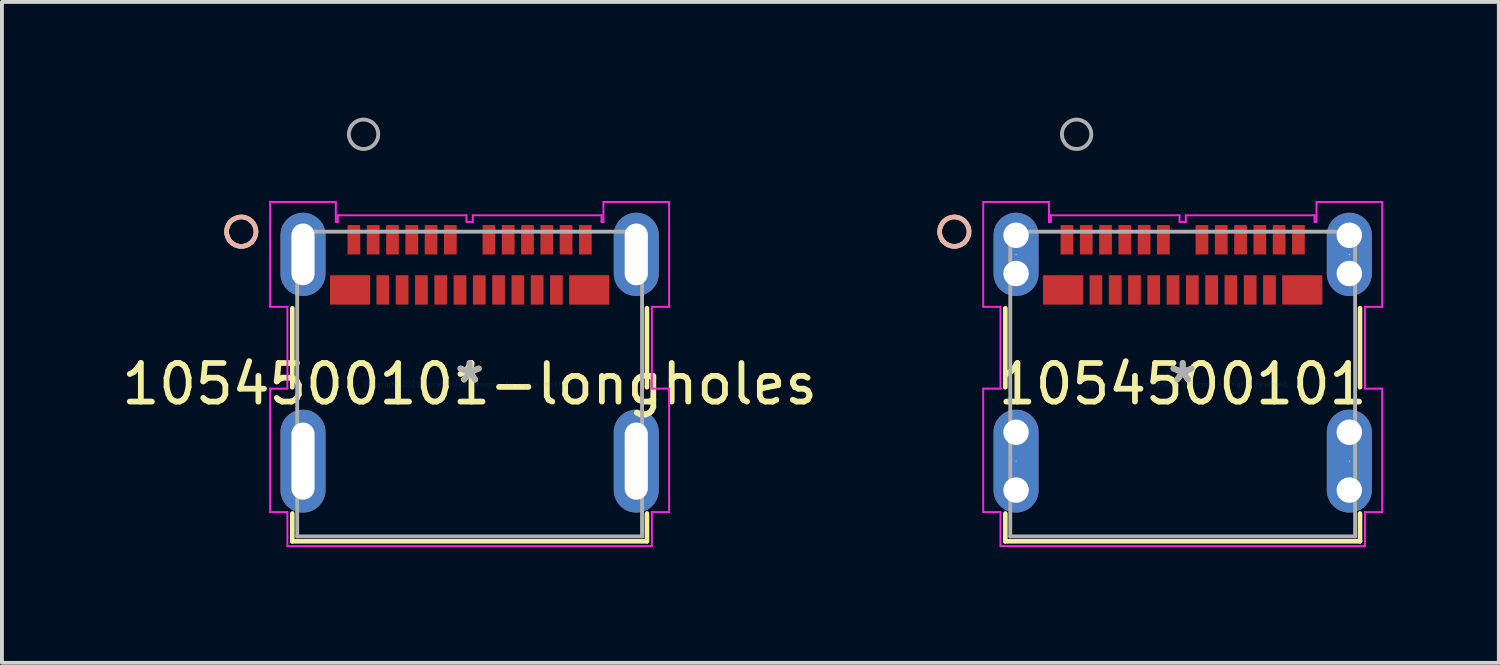
<source format=kicad_pcb>
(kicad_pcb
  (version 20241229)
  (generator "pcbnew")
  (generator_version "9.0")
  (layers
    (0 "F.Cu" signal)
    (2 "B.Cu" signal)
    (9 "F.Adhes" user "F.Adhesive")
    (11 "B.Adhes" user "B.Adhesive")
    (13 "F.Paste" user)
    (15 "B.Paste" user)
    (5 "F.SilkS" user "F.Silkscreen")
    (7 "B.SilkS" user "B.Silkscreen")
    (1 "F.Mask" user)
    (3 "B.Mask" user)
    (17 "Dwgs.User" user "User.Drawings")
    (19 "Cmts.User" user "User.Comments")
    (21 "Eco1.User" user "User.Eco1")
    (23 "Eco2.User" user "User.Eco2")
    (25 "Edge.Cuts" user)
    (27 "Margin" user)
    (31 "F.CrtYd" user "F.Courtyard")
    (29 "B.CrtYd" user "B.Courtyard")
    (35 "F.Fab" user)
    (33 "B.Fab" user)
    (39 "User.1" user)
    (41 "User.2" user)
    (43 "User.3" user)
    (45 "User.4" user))
  (footprint "1054500101"
    (layer "F.Cu")
    (at 27.611 6.906)
    (property "Reference" "1054500101" (at 0 0 0) (layer "F.SilkS") (effects (font (size 1 1) (thickness 0.15))))
    (attr through_hole)
    (fp_line (start -4.597 0.083) (end -4.597 -1.965) (stroke (width 0.12) (type solid)) (layer "F.SilkS"))
    (fp_line (start -4.597 4.077) (end -4.597 3.356) (stroke (width 0.12) (type solid)) (layer "F.SilkS"))
    (fp_line (start 4.597 -1.965) (end 4.597 0.083) (stroke (width 0.12) (type solid)) (layer "F.SilkS"))
    (fp_line (start 4.597 3.356) (end 4.597 4.077) (stroke (width 0.12) (type solid)) (layer "F.SilkS"))
    (fp_line (start 4.597 4.077) (end -4.597 4.077) (stroke (width 0.12) (type solid)) (layer "F.SilkS"))
    (fp_circle (center -5.92 -3.95) (end -5.539 -3.95) (stroke (width 0.12) (type solid)) (fill no) (layer "F.SilkS"))
    (fp_circle (center -5.92 -3.95) (end -5.539 -3.95) (stroke (width 0.12) (type solid)) (fill no) (layer "B.SilkS"))
    (fp_line (start -5.171 -4.72) (end -5.171 -2.002) (stroke (width 0.05) (type solid)) (layer "F.CrtYd"))
    (fp_line (start -5.171 -2.002) (end -4.724 -2.002) (stroke (width 0.05) (type solid)) (layer "F.CrtYd"))
    (fp_line (start -5.171 0.119) (end -5.171 3.32) (stroke (width 0.05) (type solid)) (layer "F.CrtYd"))
    (fp_line (start -5.171 3.32) (end -4.724 3.32) (stroke (width 0.05) (type solid)) (layer "F.CrtYd"))
    (fp_line (start -4.724 -2.002) (end -4.724 0.119) (stroke (width 0.05) (type solid)) (layer "F.CrtYd"))
    (fp_line (start -4.724 0.119) (end -5.171 0.119) (stroke (width 0.05) (type solid)) (layer "F.CrtYd"))
    (fp_line (start -4.724 3.32) (end -4.724 4.204) (stroke (width 0.05) (type solid)) (layer "F.CrtYd"))
    (fp_line (start -4.724 4.204) (end 4.724 4.204) (stroke (width 0.05) (type solid)) (layer "F.CrtYd"))
    (fp_line (start -3.469 -4.72) (end -5.171 -4.72) (stroke (width 0.05) (type solid)) (layer "F.CrtYd"))
    (fp_line (start -3.469 -4.204) (end -3.469 -4.72) (stroke (width 0.05) (type solid)) (layer "F.CrtYd"))
    (fp_line (start -3.419 -4.375) (end -3.419 -4.204) (stroke (width 0.05) (type solid)) (layer "F.CrtYd"))
    (fp_line (start -3.419 -4.204) (end -3.469 -4.204) (stroke (width 0.05) (type solid)) (layer "F.CrtYd"))
    (fp_line (start -0.081 -4.375) (end -3.419 -4.375) (stroke (width 0.05) (type solid)) (layer "F.CrtYd"))
    (fp_line (start -0.081 -4.204) (end -0.081 -4.375) (stroke (width 0.05) (type solid)) (layer "F.CrtYd"))
    (fp_line (start 0.081 -4.375) (end 0.081 -4.204) (stroke (width 0.05) (type solid)) (layer "F.CrtYd"))
    (fp_line (start 0.081 -4.204) (end -0.081 -4.204) (stroke (width 0.05) (type solid)) (layer "F.CrtYd"))
    (fp_line (start 3.419 -4.375) (end 0.081 -4.375) (stroke (width 0.05) (type solid)) (layer "F.CrtYd"))
    (fp_line (start 3.419 -4.204) (end 3.419 -4.375) (stroke (width 0.05) (type solid)) (layer "F.CrtYd"))
    (fp_line (start 3.469 -4.72) (end 3.469 -4.204) (stroke (width 0.05) (type solid)) (layer "F.CrtYd"))
    (fp_line (start 3.469 -4.204) (end 3.419 -4.204) (stroke (width 0.05) (type solid)) (layer "F.CrtYd"))
    (fp_line (start 4.724 -2.002) (end 5.171 -2.002) (stroke (width 0.05) (type solid)) (layer "F.CrtYd"))
    (fp_line (start 4.724 0.119) (end 4.724 -2.002) (stroke (width 0.05) (type solid)) (layer "F.CrtYd"))
    (fp_line (start 4.724 3.32) (end 5.171 3.32) (stroke (width 0.05) (type solid)) (layer "F.CrtYd"))
    (fp_line (start 4.724 4.204) (end 4.724 3.32) (stroke (width 0.05) (type solid)) (layer "F.CrtYd"))
    (fp_line (start 5.171 -4.72) (end 3.469 -4.72) (stroke (width 0.05) (type solid)) (layer "F.CrtYd"))
    (fp_line (start 5.171 -2.002) (end 5.171 -4.72) (stroke (width 0.05) (type solid)) (layer "F.CrtYd"))
    (fp_line (start 5.171 0.119) (end 4.724 0.119) (stroke (width 0.05) (type solid)) (layer "F.CrtYd"))
    (fp_line (start 5.171 3.32) (end 5.171 0.119) (stroke (width 0.05) (type solid)) (layer "F.CrtYd"))
    (fp_line (start -4.47 -3.95) (end -4.47 3.95) (stroke (width 0.1) (type solid)) (layer "F.Fab"))
    (fp_line (start -4.47 3.95) (end 4.47 3.95) (stroke (width 0.1) (type solid)) (layer "F.Fab"))
    (fp_line (start 4.47 -3.95) (end -4.47 -3.95) (stroke (width 0.1) (type solid)) (layer "F.Fab"))
    (fp_line (start 4.47 3.95) (end 4.47 -3.95) (stroke (width 0.1) (type solid)) (layer "F.Fab"))
    (fp_circle (center -2.75 -6.475) (end -2.369 -6.475) (stroke (width 0.1) (type solid)) (fill no) (layer "F.Fab"))
    (fp_text user "*" (at 0 0 0) (layer "F.SilkS") (effects (font (size 1 1) (thickness 0.15))))
    (fp_text user "Copyright 2021 Accelerated Designs. All rights reserved." (at 0 0 0) (layer "Cmts.User") (effects (font (size 0.127 0.127) (thickness 0.002))))
    (fp_text user "*" (at 0 0 0) (layer "F.Fab") (effects (font (size 1 1) (thickness 0.15))))
    (pad "" np_thru_hole circle (at -4.32 -3.856) (size 0.66 0.66) (drill 0.66) (layers "*.Cu" "*.Mask"))
    (pad "" np_thru_hole circle (at -4.32 -2.865) (size 0.66 0.66) (drill 0.66) (layers "*.Cu" "*.Mask"))
    (pad "" np_thru_hole circle (at -4.32 1.25) (size 0.66 0.66) (drill 0.66) (layers "*.Cu" "*.Mask"))
    (pad "" np_thru_hole circle (at -4.32 2.749) (size 0.66 0.66) (drill 0.66) (layers "*.Cu" "*.Mask"))
    (pad "" np_thru_hole circle (at 4.32 -3.856) (size 0.66 0.66) (drill 0.66) (layers "*.Cu" "*.Mask"))
    (pad "" np_thru_hole circle (at 4.32 -2.865) (size 0.66 0.66) (drill 0.66) (layers "*.Cu" "*.Mask"))
    (pad "" np_thru_hole circle (at 4.32 1.25) (size 0.66 0.66) (drill 0.66) (layers "*.Cu" "*.Mask"))
    (pad "" np_thru_hole circle (at 4.32 2.749) (size 0.66 0.66) (drill 0.66) (layers "*.Cu" "*.Mask"))
    (pad "25" thru_hole oval (at -4.32 1.999 90) (size 2.667 1.168) (drill 0.025) (layers "*.Cu" "*.Mask"))
    (pad "26" thru_hole oval (at 4.32 1.999 90) (size 2.667 1.168) (drill 0.025) (layers "*.Cu" "*.Mask"))
    (pad "27" thru_hole oval (at -4.32 -3.361 90) (size 2.159 1.168) (drill 0.025) (layers "*.Cu" "*.Mask"))
    (pad "28" thru_hole oval (at 4.32 -3.361 90) (size 2.159 1.168) (drill 0.025) (layers "*.Cu" "*.Mask"))
    (pad "A1" smd rect (at -3 -3.74) (size 0.33 0.762) (layers "F.Cu" "F.Mask" "F.Paste"))
    (pad "A2" smd rect (at -2.5 -3.74) (size 0.33 0.762) (layers "F.Cu" "F.Mask" "F.Paste"))
    (pad "A3" smd rect (at -2 -3.74) (size 0.33 0.762) (layers "F.Cu" "F.Mask" "F.Paste"))
    (pad "A4" smd rect (at -1.5 -3.74) (size 0.33 0.762) (layers "F.Cu" "F.Mask" "F.Paste"))
    (pad "A5" smd rect (at -1 -3.74) (size 0.33 0.762) (layers "F.Cu" "F.Mask" "F.Paste"))
    (pad "A6" smd rect (at -0.5 -3.74) (size 0.33 0.762) (layers "F.Cu" "F.Mask" "F.Paste"))
    (pad "A7" smd rect (at 0.5 -3.74) (size 0.33 0.762) (layers "F.Cu" "F.Mask" "F.Paste"))
    (pad "A8" smd rect (at 1 -3.74) (size 0.33 0.762) (layers "F.Cu" "F.Mask" "F.Paste"))
    (pad "A9" smd rect (at 1.5 -3.74) (size 0.33 0.762) (layers "F.Cu" "F.Mask" "F.Paste"))
    (pad "A10" smd rect (at 2 -3.74) (size 0.33 0.762) (layers "F.Cu" "F.Mask" "F.Paste"))
    (pad "A11" smd rect (at 2.5 -3.74) (size 0.33 0.762) (layers "F.Cu" "F.Mask" "F.Paste"))
    (pad "A12" smd rect (at 3 -3.74) (size 0.33 0.762) (layers "F.Cu" "F.Mask" "F.Paste"))
    (pad "B1" smd rect (at 3.1 -2.44) (size 1.041 0.762) (layers "F.Cu" "F.Mask" "F.Paste"))
    (pad "B2" smd rect (at 2.25 -2.44) (size 0.33 0.762) (layers "F.Cu" "F.Mask" "F.Paste"))
    (pad "B3" smd rect (at 1.75 -2.44) (size 0.33 0.762) (layers "F.Cu" "F.Mask" "F.Paste"))
    (pad "B4" smd rect (at 1.25 -2.44) (size 0.33 0.762) (layers "F.Cu" "F.Mask" "F.Paste"))
    (pad "B5" smd rect (at 0.75 -2.44) (size 0.33 0.762) (layers "F.Cu" "F.Mask" "F.Paste"))
    (pad "B6" smd rect (at 0.25 -2.44) (size 0.33 0.762) (layers "F.Cu" "F.Mask" "F.Paste"))
    (pad "B7" smd rect (at -0.25 -2.44) (size 0.33 0.762) (layers "F.Cu" "F.Mask" "F.Paste"))
    (pad "B8" smd rect (at -0.75 -2.44) (size 0.33 0.762) (layers "F.Cu" "F.Mask" "F.Paste"))
    (pad "B9" smd rect (at -1.25 -2.44) (size 0.33 0.762) (layers "F.Cu" "F.Mask" "F.Paste"))
    (pad "B10" smd rect (at -1.75 -2.44) (size 0.33 0.762) (layers "F.Cu" "F.Mask" "F.Paste"))
    (pad "B11" smd rect (at -2.25 -2.44) (size 0.33 0.762) (layers "F.Cu" "F.Mask" "F.Paste"))
    (pad "B12" smd rect (at -3.1 -2.44) (size 1.041 0.762) (layers "F.Cu" "F.Mask" "F.Paste")))
  (footprint "1054500101-longholes"
    (layer "F.Cu")
    (at 9.125 6.906)
    (property "Reference" "1054500101-longholes" (at 0 0 0) (layer "F.SilkS") (effects (font (size 1 1) (thickness 0.15))))
    (attr through_hole)
    (fp_line (start -4.597 0.083) (end -4.597 -1.965) (stroke (width 0.12) (type solid)) (layer "F.SilkS"))
    (fp_line (start -4.597 4.077) (end -4.597 3.356) (stroke (width 0.12) (type solid)) (layer "F.SilkS"))
    (fp_line (start 4.597 -1.965) (end 4.597 0.083) (stroke (width 0.12) (type solid)) (layer "F.SilkS"))
    (fp_line (start 4.597 3.356) (end 4.597 4.077) (stroke (width 0.12) (type solid)) (layer "F.SilkS"))
    (fp_line (start 4.597 4.077) (end -4.597 4.077) (stroke (width 0.12) (type solid)) (layer "F.SilkS"))
    (fp_circle (center -5.92 -3.95) (end -5.539 -3.95) (stroke (width 0.12) (type solid)) (fill no) (layer "F.SilkS"))
    (fp_circle (center -5.92 -3.95) (end -5.539 -3.95) (stroke (width 0.12) (type solid)) (fill no) (layer "B.SilkS"))
    (fp_line (start -5.171 -4.72) (end -5.171 -2.002) (stroke (width 0.05) (type solid)) (layer "F.CrtYd"))
    (fp_line (start -5.171 -2.002) (end -4.724 -2.002) (stroke (width 0.05) (type solid)) (layer "F.CrtYd"))
    (fp_line (start -5.171 0.119) (end -5.171 3.32) (stroke (width 0.05) (type solid)) (layer "F.CrtYd"))
    (fp_line (start -5.171 3.32) (end -4.724 3.32) (stroke (width 0.05) (type solid)) (layer "F.CrtYd"))
    (fp_line (start -4.724 -2.002) (end -4.724 0.119) (stroke (width 0.05) (type solid)) (layer "F.CrtYd"))
    (fp_line (start -4.724 0.119) (end -5.171 0.119) (stroke (width 0.05) (type solid)) (layer "F.CrtYd"))
    (fp_line (start -4.724 3.32) (end -4.724 4.204) (stroke (width 0.05) (type solid)) (layer "F.CrtYd"))
    (fp_line (start -4.724 4.204) (end 4.724 4.204) (stroke (width 0.05) (type solid)) (layer "F.CrtYd"))
    (fp_line (start -3.469 -4.72) (end -5.171 -4.72) (stroke (width 0.05) (type solid)) (layer "F.CrtYd"))
    (fp_line (start -3.469 -4.204) (end -3.469 -4.72) (stroke (width 0.05) (type solid)) (layer "F.CrtYd"))
    (fp_line (start -3.419 -4.375) (end -3.419 -4.204) (stroke (width 0.05) (type solid)) (layer "F.CrtYd"))
    (fp_line (start -3.419 -4.204) (end -3.469 -4.204) (stroke (width 0.05) (type solid)) (layer "F.CrtYd"))
    (fp_line (start -0.081 -4.375) (end -3.419 -4.375) (stroke (width 0.05) (type solid)) (layer "F.CrtYd"))
    (fp_line (start -0.081 -4.204) (end -0.081 -4.375) (stroke (width 0.05) (type solid)) (layer "F.CrtYd"))
    (fp_line (start 0.081 -4.375) (end 0.081 -4.204) (stroke (width 0.05) (type solid)) (layer "F.CrtYd"))
    (fp_line (start 0.081 -4.204) (end -0.081 -4.204) (stroke (width 0.05) (type solid)) (layer "F.CrtYd"))
    (fp_line (start 3.419 -4.375) (end 0.081 -4.375) (stroke (width 0.05) (type solid)) (layer "F.CrtYd"))
    (fp_line (start 3.419 -4.204) (end 3.419 -4.375) (stroke (width 0.05) (type solid)) (layer "F.CrtYd"))
    (fp_line (start 3.469 -4.72) (end 3.469 -4.204) (stroke (width 0.05) (type solid)) (layer "F.CrtYd"))
    (fp_line (start 3.469 -4.204) (end 3.419 -4.204) (stroke (width 0.05) (type solid)) (layer "F.CrtYd"))
    (fp_line (start 4.724 -2.002) (end 5.171 -2.002) (stroke (width 0.05) (type solid)) (layer "F.CrtYd"))
    (fp_line (start 4.724 0.119) (end 4.724 -2.002) (stroke (width 0.05) (type solid)) (layer "F.CrtYd"))
    (fp_line (start 4.724 3.32) (end 5.171 3.32) (stroke (width 0.05) (type solid)) (layer "F.CrtYd"))
    (fp_line (start 4.724 4.204) (end 4.724 3.32) (stroke (width 0.05) (type solid)) (layer "F.CrtYd"))
    (fp_line (start 5.171 -4.72) (end 3.469 -4.72) (stroke (width 0.05) (type solid)) (layer "F.CrtYd"))
    (fp_line (start 5.171 -2.002) (end 5.171 -4.72) (stroke (width 0.05) (type solid)) (layer "F.CrtYd"))
    (fp_line (start 5.171 0.119) (end 4.724 0.119) (stroke (width 0.05) (type solid)) (layer "F.CrtYd"))
    (fp_line (start 5.171 3.32) (end 5.171 0.119) (stroke (width 0.05) (type solid)) (layer "F.CrtYd"))
    (fp_line (start -4.47 -3.95) (end -4.47 3.95) (stroke (width 0.1) (type solid)) (layer "F.Fab"))
    (fp_line (start -4.47 3.95) (end 4.47 3.95) (stroke (width 0.1) (type solid)) (layer "F.Fab"))
    (fp_line (start 4.47 -3.95) (end -4.47 -3.95) (stroke (width 0.1) (type solid)) (layer "F.Fab"))
    (fp_line (start 4.47 3.95) (end 4.47 -3.95) (stroke (width 0.1) (type solid)) (layer "F.Fab"))
    (fp_circle (center -2.75 -6.475) (end -2.369 -6.475) (stroke (width 0.1) (type solid)) (fill no) (layer "F.Fab"))
    (fp_text user "*" (at 0 0 0) (layer "F.SilkS") (effects (font (size 1 1) (thickness 0.15))))
    (fp_text user "Copyright 2021 Accelerated Designs. All rights reserved." (at 0 0 0) (layer "Cmts.User") (effects (font (size 0.127 0.127) (thickness 0.002))))
    (fp_text user "*" (at 0 0 0) (layer "F.Fab") (effects (font (size 1 1) (thickness 0.15))))
    (pad "25" thru_hole oval (at -4.32 1.999 90) (size 2.667 1.168) (drill oval 2 0.6) (layers "*.Cu" "*.Mask"))
    (pad "26" thru_hole oval (at 4.32 1.999 90) (size 2.667 1.168) (drill oval 2 0.6) (layers "*.Cu" "*.Mask"))
    (pad "27" thru_hole oval (at -4.32 -3.361 90) (size 2.159 1.168) (drill oval 1.6 0.6) (layers "*.Cu" "*.Mask"))
    (pad "28" thru_hole oval (at 4.32 -3.361 90) (size 2.159 1.168) (drill oval 1.6 0.6) (layers "*.Cu" "*.Mask"))
    (pad "A1" smd rect (at -3 -3.74) (size 0.33 0.762) (layers "F.Cu" "F.Mask" "F.Paste"))
    (pad "A2" smd rect (at -2.5 -3.74) (size 0.33 0.762) (layers "F.Cu" "F.Mask" "F.Paste"))
    (pad "A3" smd rect (at -2 -3.74) (size 0.33 0.762) (layers "F.Cu" "F.Mask" "F.Paste"))
    (pad "A4" smd rect (at -1.5 -3.74) (size 0.33 0.762) (layers "F.Cu" "F.Mask" "F.Paste"))
    (pad "A5" smd rect (at -1 -3.74) (size 0.33 0.762) (layers "F.Cu" "F.Mask" "F.Paste"))
    (pad "A6" smd rect (at -0.5 -3.74) (size 0.33 0.762) (layers "F.Cu" "F.Mask" "F.Paste"))
    (pad "A7" smd rect (at 0.5 -3.74) (size 0.33 0.762) (layers "F.Cu" "F.Mask" "F.Paste"))
    (pad "A8" smd rect (at 1 -3.74) (size 0.33 0.762) (layers "F.Cu" "F.Mask" "F.Paste"))
    (pad "A9" smd rect (at 1.5 -3.74) (size 0.33 0.762) (layers "F.Cu" "F.Mask" "F.Paste"))
    (pad "A10" smd rect (at 2 -3.74) (size 0.33 0.762) (layers "F.Cu" "F.Mask" "F.Paste"))
    (pad "A11" smd rect (at 2.5 -3.74) (size 0.33 0.762) (layers "F.Cu" "F.Mask" "F.Paste"))
    (pad "A12" smd rect (at 3 -3.74) (size 0.33 0.762) (layers "F.Cu" "F.Mask" "F.Paste"))
    (pad "B1" smd rect (at 3.1 -2.44) (size 1.041 0.762) (layers "F.Cu" "F.Mask" "F.Paste"))
    (pad "B2" smd rect (at 2.25 -2.44) (size 0.33 0.762) (layers "F.Cu" "F.Mask" "F.Paste"))
    (pad "B3" smd rect (at 1.75 -2.44) (size 0.33 0.762) (layers "F.Cu" "F.Mask" "F.Paste"))
    (pad "B4" smd rect (at 1.25 -2.44) (size 0.33 0.762) (layers "F.Cu" "F.Mask" "F.Paste"))
    (pad "B5" smd rect (at 0.75 -2.44) (size 0.33 0.762) (layers "F.Cu" "F.Mask" "F.Paste"))
    (pad "B6" smd rect (at 0.25 -2.44) (size 0.33 0.762) (layers "F.Cu" "F.Mask" "F.Paste"))
    (pad "B7" smd rect (at -0.25 -2.44) (size 0.33 0.762) (layers "F.Cu" "F.Mask" "F.Paste"))
    (pad "B8" smd rect (at -0.75 -2.44) (size 0.33 0.762) (layers "F.Cu" "F.Mask" "F.Paste"))
    (pad "B9" smd rect (at -1.25 -2.44) (size 0.33 0.762) (layers "F.Cu" "F.Mask" "F.Paste"))
    (pad "B10" smd rect (at -1.75 -2.44) (size 0.33 0.762) (layers "F.Cu" "F.Mask" "F.Paste"))
    (pad "B11" smd rect (at -2.25 -2.44) (size 0.33 0.762) (layers "F.Cu" "F.Mask" "F.Paste"))
    (pad "B12" smd rect (at -3.1 -2.44) (size 1.041 0.762) (layers "F.Cu" "F.Mask" "F.Paste")))
  (gr_rect
    (start -3 -3)
    (end 35.807 14.134)
    (stroke (width 0.1) (type default))
    (fill no)
    (layer "Edge.Cuts")))
</source>
